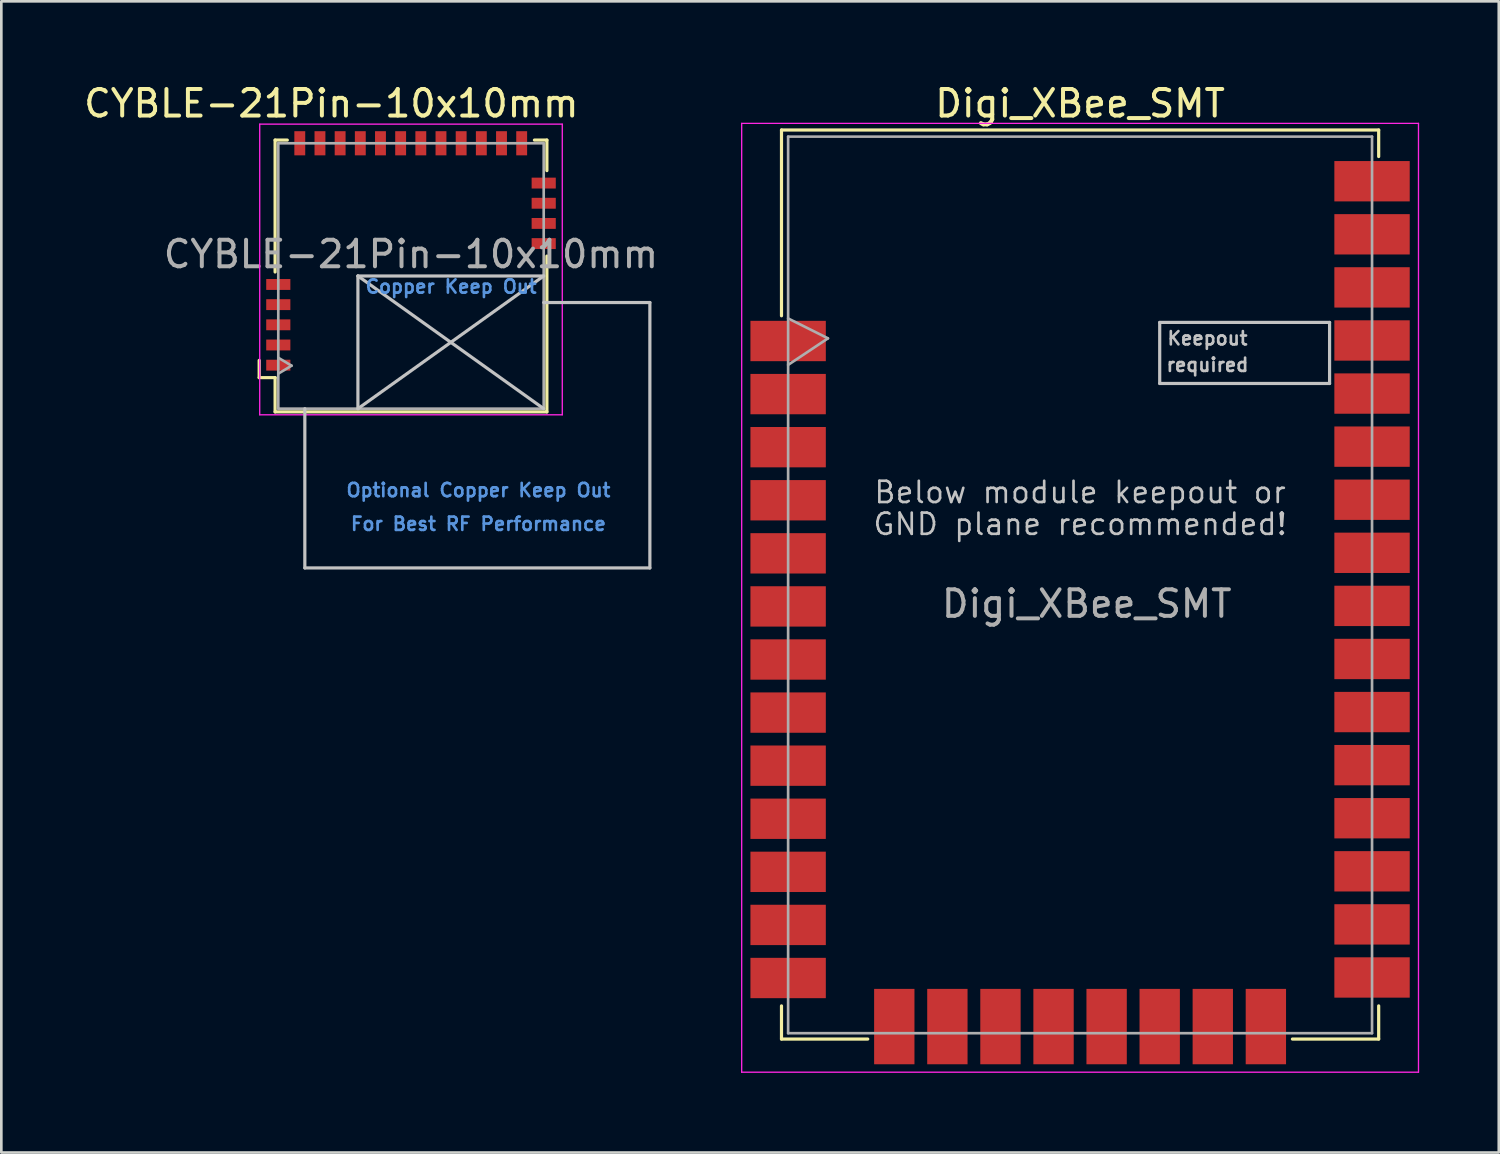
<source format=kicad_pcb>
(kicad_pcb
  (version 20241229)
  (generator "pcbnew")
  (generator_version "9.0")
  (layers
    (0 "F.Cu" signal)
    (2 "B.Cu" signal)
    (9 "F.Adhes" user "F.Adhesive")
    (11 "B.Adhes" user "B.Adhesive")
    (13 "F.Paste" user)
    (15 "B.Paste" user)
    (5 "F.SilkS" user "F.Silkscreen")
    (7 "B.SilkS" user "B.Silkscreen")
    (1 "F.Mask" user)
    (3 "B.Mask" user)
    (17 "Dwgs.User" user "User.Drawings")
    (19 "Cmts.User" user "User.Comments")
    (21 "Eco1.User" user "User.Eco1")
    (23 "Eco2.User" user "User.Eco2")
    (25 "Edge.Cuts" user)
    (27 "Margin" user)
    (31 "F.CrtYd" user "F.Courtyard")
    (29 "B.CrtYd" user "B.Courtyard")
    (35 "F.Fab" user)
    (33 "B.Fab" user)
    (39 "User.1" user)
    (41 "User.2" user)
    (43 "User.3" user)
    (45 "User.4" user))
  (footprint "Digi_XBee_SMT"
    (layer "F.Cu")
    (at 37.644 19.698)
    (property "Reference" "Digi_XBee_SMT" (at 0 -18.85 0) (layer "F.SilkS") (effects (font (size 1 1) (thickness 0.15))))
    (attr smd)
    (fp_line (start -11.25 -17.85) (end 11.25 -17.85) (stroke (width 0.12) (type solid)) (layer "F.SilkS"))
    (fp_line (start -11.25 -10.85) (end -11.25 -17.85) (stroke (width 0.12) (type solid)) (layer "F.SilkS"))
    (fp_line (start -11.25 15.15) (end -11.25 16.4) (stroke (width 0.12) (type solid)) (layer "F.SilkS"))
    (fp_line (start -11.25 16.4) (end -8 16.4) (stroke (width 0.12) (type solid)) (layer "F.SilkS"))
    (fp_line (start 8 16.4) (end 11.25 16.4) (stroke (width 0.12) (type solid)) (layer "F.SilkS"))
    (fp_line (start 11.25 -17.85) (end 11.25 -16.85) (stroke (width 0.12) (type solid)) (layer "F.SilkS"))
    (fp_line (start 11.25 16.4) (end 11.25 15.15) (stroke (width 0.12) (type solid)) (layer "F.SilkS"))
    (fp_line (start 3 -10.6) (end 3 -8.3) (stroke (width 0.12) (type solid)) (layer "Dwgs.User"))
    (fp_line (start 3 -8.3) (end 9.4 -8.3) (stroke (width 0.12) (type solid)) (layer "Dwgs.User"))
    (fp_line (start 9.4 -10.6) (end 3 -10.6) (stroke (width 0.12) (type solid)) (layer "Dwgs.User"))
    (fp_line (start 9.4 -8.3) (end 9.4 -10.6) (stroke (width 0.12) (type solid)) (layer "Dwgs.User"))
    (fp_line (start -12.75 -18.1) (end 12.75 -18.1) (stroke (width 0.05) (type solid)) (layer "F.CrtYd"))
    (fp_line (start -12.75 17.65) (end -12.75 -18.1) (stroke (width 0.05) (type solid)) (layer "F.CrtYd"))
    (fp_line (start 12.75 -18.1) (end 12.75 17.65) (stroke (width 0.05) (type solid)) (layer "F.CrtYd"))
    (fp_line (start 12.75 17.65) (end -12.75 17.65) (stroke (width 0.05) (type solid)) (layer "F.CrtYd"))
    (fp_line (start -11 -17.6) (end -11 16.18) (stroke (width 0.1) (type solid)) (layer "F.Fab"))
    (fp_line (start -11 -10.75) (end -9.5 -10) (stroke (width 0.1) (type solid)) (layer "F.Fab"))
    (fp_line (start -11 16.18) (end 11 16.18) (stroke (width 0.1) (type solid)) (layer "F.Fab"))
    (fp_line (start -9.5 -10) (end -11 -9) (stroke (width 0.1) (type solid)) (layer "F.Fab"))
    (fp_line (start 11 -17.6) (end -11 -17.6) (stroke (width 0.1) (type solid)) (layer "F.Fab"))
    (fp_line (start 11 16.18) (end 11 -17.6) (stroke (width 0.1) (type solid)) (layer "F.Fab"))
    (fp_text user "Below module keepout or" (at 0 -4.2 0) (layer "Dwgs.User") (effects (font (size 0.8 0.8) (thickness 0.1))))
    (fp_text user "GND plane recommended!" (at 0 -3 0) (layer "Dwgs.User") (effects (font (size 0.8 0.8) (thickness 0.1))))
    (fp_text user "required" (at 4.8 -9 0) (layer "Dwgs.User") (effects (font (size 0.5 0.5) (thickness 0.1))))
    (fp_text user "Keepout" (at 4.8 -10 0) (layer "Dwgs.User") (effects (font (size 0.5 0.5) (thickness 0.1))))
    (fp_text user "${REFERENCE}" (at 0.25 0 0) (layer "F.Fab") (effects (font (size 1 1) (thickness 0.15))))
    (pad "1" smd rect (at -11 -9.9) (size 2.84 1.52) (layers "F.Cu" "F.Mask" "F.Paste"))
    (pad "2" smd rect (at -11 -7.9) (size 2.84 1.52) (layers "F.Cu" "F.Mask" "F.Paste"))
    (pad "3" smd rect (at -11 -5.9) (size 2.84 1.52) (layers "F.Cu" "F.Mask" "F.Paste"))
    (pad "4" smd rect (at -11 -3.9) (size 2.84 1.52) (layers "F.Cu" "F.Mask" "F.Paste"))
    (pad "5" smd rect (at -11 -1.9) (size 2.84 1.52) (layers "F.Cu" "F.Mask" "F.Paste"))
    (pad "6" smd rect (at -11 0.1) (size 2.84 1.52) (layers "F.Cu" "F.Mask" "F.Paste"))
    (pad "7" smd rect (at -11 2.1) (size 2.84 1.52) (layers "F.Cu" "F.Mask" "F.Paste"))
    (pad "8" smd rect (at -11 4.1) (size 2.84 1.52) (layers "F.Cu" "F.Mask" "F.Paste"))
    (pad "9" smd rect (at -11 6.1) (size 2.84 1.52) (layers "F.Cu" "F.Mask" "F.Paste"))
    (pad "10" smd rect (at -11 8.1) (size 2.84 1.52) (layers "F.Cu" "F.Mask" "F.Paste"))
    (pad "11" smd rect (at -11 10.1) (size 2.84 1.52) (layers "F.Cu" "F.Mask" "F.Paste"))
    (pad "12" smd rect (at -11 12.1) (size 2.84 1.52) (layers "F.Cu" "F.Mask" "F.Paste"))
    (pad "13" smd rect (at -11 14.1) (size 2.84 1.52) (layers "F.Cu" "F.Mask" "F.Paste"))
    (pad "14" smd rect (at -7 15.93 90) (size 2.84 1.52) (layers "F.Cu" "F.Mask" "F.Paste"))
    (pad "15" smd rect (at -5 15.93 90) (size 2.84 1.52) (layers "F.Cu" "F.Mask" "F.Paste"))
    (pad "16" smd rect (at -3 15.93 90) (size 2.84 1.52) (layers "F.Cu" "F.Mask" "F.Paste"))
    (pad "17" smd rect (at -1 15.93 90) (size 2.84 1.52) (layers "F.Cu" "F.Mask" "F.Paste"))
    (pad "18" smd rect (at 1 15.93 90) (size 2.84 1.52) (layers "F.Cu" "F.Mask" "F.Paste"))
    (pad "19" smd rect (at 3 15.93 90) (size 2.84 1.52) (layers "F.Cu" "F.Mask" "F.Paste"))
    (pad "20" smd rect (at 5 15.93 90) (size 2.84 1.52) (layers "F.Cu" "F.Mask" "F.Paste"))
    (pad "21" smd rect (at 7 15.93 90) (size 2.84 1.52) (layers "F.Cu" "F.Mask" "F.Paste"))
    (pad "22" smd rect (at 11 14.08) (size 2.84 1.52) (layers "F.Cu" "F.Mask" "F.Paste"))
    (pad "23" smd rect (at 11 12.08) (size 2.84 1.52) (layers "F.Cu" "F.Mask" "F.Paste"))
    (pad "24" smd rect (at 11 10.08) (size 2.84 1.52) (layers "F.Cu" "F.Mask" "F.Paste"))
    (pad "25" smd rect (at 11 8.08) (size 2.84 1.52) (layers "F.Cu" "F.Mask" "F.Paste"))
    (pad "26" smd rect (at 11 6.08) (size 2.84 1.52) (layers "F.Cu" "F.Mask" "F.Paste"))
    (pad "27" smd rect (at 11 4.08) (size 2.84 1.52) (layers "F.Cu" "F.Mask" "F.Paste"))
    (pad "28" smd rect (at 11 2.08) (size 2.84 1.52) (layers "F.Cu" "F.Mask" "F.Paste"))
    (pad "29" smd rect (at 11 0.08) (size 2.84 1.52) (layers "F.Cu" "F.Mask" "F.Paste"))
    (pad "30" smd rect (at 11 -1.92) (size 2.84 1.52) (layers "F.Cu" "F.Mask" "F.Paste"))
    (pad "31" smd rect (at 11 -3.92) (size 2.84 1.52) (layers "F.Cu" "F.Mask" "F.Paste"))
    (pad "32" smd rect (at 11 -5.92) (size 2.84 1.52) (layers "F.Cu" "F.Mask" "F.Paste"))
    (pad "33" smd rect (at 11 -7.92) (size 2.84 1.52) (layers "F.Cu" "F.Mask" "F.Paste"))
    (pad "34" smd rect (at 11 -9.92) (size 2.84 1.52) (layers "F.Cu" "F.Mask" "F.Paste"))
    (pad "35" smd rect (at 11 -11.92) (size 2.84 1.52) (layers "F.Cu" "F.Mask" "F.Paste"))
    (pad "36" smd rect (at 11 -13.92) (size 2.84 1.52) (layers "F.Cu" "F.Mask" "F.Paste"))
    (pad "37" smd rect (at 11 -15.92) (size 2.84 1.52) (layers "F.Cu" "F.Mask" "F.Paste")))
  (footprint "CYBLE-21Pin-10x10mm"
    (layer "F.Cu")
    (at 12.435 6.528)
    (property "Reference" "CYBLE-21Pin-10x10mm" (at -3 -5.68 0) (layer "F.SilkS") (effects (font (size 1 1) (thickness 0.15))))
    (attr smd)
    (fp_line (start -5.72 4.65) (end -5.72 4) (stroke (width 0.12) (type solid)) (layer "F.SilkS"))
    (fp_line (start -5.12 -4.3) (end -5.12 0.67) (stroke (width 0.12) (type solid)) (layer "F.SilkS"))
    (fp_line (start -5.12 4.65) (end -5.72 4.65) (stroke (width 0.12) (type solid)) (layer "F.SilkS"))
    (fp_line (start -5.12 4.65) (end -5.12 5.94) (stroke (width 0.12) (type solid)) (layer "F.SilkS"))
    (fp_line (start -5.12 5.94) (end 5.12 5.94) (stroke (width 0.12) (type solid)) (layer "F.SilkS"))
    (fp_line (start -4.66 -4.3) (end -5.12 -4.3) (stroke (width 0.12) (type solid)) (layer "F.SilkS"))
    (fp_line (start 5.12 -4.3) (end 4.65 -4.3) (stroke (width 0.12) (type solid)) (layer "F.SilkS"))
    (fp_line (start 5.12 -4.3) (end 5.12 -3.15) (stroke (width 0.12) (type solid)) (layer "F.SilkS"))
    (fp_line (start 5.12 5.94) (end 5.12 0.07) (stroke (width 0.12) (type solid)) (layer "F.SilkS"))
    (fp_line (start -4 11.82) (end -4 5.82) (stroke (width 0.12) (type solid)) (layer "Dwgs.User"))
    (fp_line (start -2 0.82) (end -2 5.82) (stroke (width 0.12) (type solid)) (layer "Dwgs.User"))
    (fp_line (start -2 0.82) (end 5 5.82) (stroke (width 0.12) (type solid)) (layer "Dwgs.User"))
    (fp_line (start 5 0.82) (end -2 0.82) (stroke (width 0.12) (type solid)) (layer "Dwgs.User"))
    (fp_line (start 5 0.82) (end -2 5.82) (stroke (width 0.12) (type solid)) (layer "Dwgs.User"))
    (fp_line (start 5 1.82) (end 9 1.82) (stroke (width 0.12) (type solid)) (layer "Dwgs.User"))
    (fp_line (start 9 1.82) (end 9 11.82) (stroke (width 0.12) (type solid)) (layer "Dwgs.User"))
    (fp_line (start 9 11.82) (end -4 11.82) (stroke (width 0.12) (type solid)) (layer "Dwgs.User"))
    (fp_line (start -5.7 -4.9) (end -5.7 6.05) (stroke (width 0.05) (type solid)) (layer "F.CrtYd"))
    (fp_line (start -5.7 6.05) (end 5.7 6.05) (stroke (width 0.05) (type solid)) (layer "F.CrtYd"))
    (fp_line (start 5.7 -4.9) (end -5.7 -4.9) (stroke (width 0.05) (type solid)) (layer "F.CrtYd"))
    (fp_line (start 5.7 6.05) (end 5.7 -4.9) (stroke (width 0.05) (type solid)) (layer "F.CrtYd"))
    (fp_line (start -5 -4.18) (end 5 -4.18) (stroke (width 0.1) (type solid)) (layer "F.Fab"))
    (fp_line (start -5 3.9) (end -4.5 4.2) (stroke (width 0.1) (type solid)) (layer "F.Fab"))
    (fp_line (start -5 5.82) (end -5 -4.18) (stroke (width 0.1) (type solid)) (layer "F.Fab"))
    (fp_line (start -4.5 4.2) (end -5 4.5) (stroke (width 0.1) (type solid)) (layer "F.Fab"))
    (fp_line (start 5 -4.18) (end 5 5.82) (stroke (width 0.1) (type solid)) (layer "F.Fab"))
    (fp_line (start 5 5.82) (end -5 5.82) (stroke (width 0.1) (type solid)) (layer "F.Fab"))
    (fp_text user "Optional Copper Keep Out" (at 2.54 8.89 0) (layer "Cmts.User") (effects (font (size 0.5 0.5) (thickness 0.1))))
    (fp_text user "Copper Keep Out" (at 1.51 1.22 0) (layer "Cmts.User") (effects (font (size 0.5 0.5) (thickness 0.1))))
    (fp_text user "For Best RF Performance" (at 2.54 10.16 0) (layer "Cmts.User") (effects (font (size 0.5 0.5) (thickness 0.1))))
    (fp_text user "${REFERENCE}" (at 0 0 0) (layer "F.Fab") (effects (font (size 1 1) (thickness 0.15))))
    (pad "1" smd rect (at -5 4.18) (size 0.91 0.41) (layers "F.Cu" "F.Mask" "F.Paste"))
    (pad "2" smd rect (at -5 3.42) (size 0.91 0.41) (layers "F.Cu" "F.Mask" "F.Paste"))
    (pad "3" smd rect (at -5 2.66) (size 0.91 0.41) (layers "F.Cu" "F.Mask" "F.Paste"))
    (pad "4" smd rect (at -5 1.9) (size 0.91 0.41) (layers "F.Cu" "F.Mask" "F.Paste"))
    (pad "5" smd rect (at -5 1.14) (size 0.91 0.41) (layers "F.Cu" "F.Mask" "F.Paste"))
    (pad "6" smd rect (at -4.19 -4.18) (size 0.41 0.91) (layers "F.Cu" "F.Mask" "F.Paste"))
    (pad "7" smd rect (at -3.43 -4.18) (size 0.41 0.91) (layers "F.Cu" "F.Mask" "F.Paste"))
    (pad "8" smd rect (at -2.67 -4.18) (size 0.41 0.91) (layers "F.Cu" "F.Mask" "F.Paste"))
    (pad "9" smd rect (at -1.91 -4.18) (size 0.41 0.91) (layers "F.Cu" "F.Mask" "F.Paste"))
    (pad "10" smd rect (at -1.15 -4.18) (size 0.41 0.91) (layers "F.Cu" "F.Mask" "F.Paste"))
    (pad "11" smd rect (at -0.39 -4.18) (size 0.41 0.91) (layers "F.Cu" "F.Mask" "F.Paste"))
    (pad "12" smd rect (at 0.37 -4.18) (size 0.41 0.91) (layers "F.Cu" "F.Mask" "F.Paste"))
    (pad "13" smd rect (at 1.13 -4.18) (size 0.41 0.91) (layers "F.Cu" "F.Mask" "F.Paste"))
    (pad "14" smd rect (at 1.89 -4.18) (size 0.41 0.91) (layers "F.Cu" "F.Mask" "F.Paste"))
    (pad "15" smd rect (at 2.65 -4.18) (size 0.41 0.91) (layers "F.Cu" "F.Mask" "F.Paste"))
    (pad "16" smd rect (at 3.41 -4.18) (size 0.41 0.91) (layers "F.Cu" "F.Mask" "F.Paste"))
    (pad "17" smd rect (at 4.17 -4.18) (size 0.41 0.91) (layers "F.Cu" "F.Mask" "F.Paste"))
    (pad "18" smd rect (at 5 -2.68) (size 0.91 0.41) (layers "F.Cu" "F.Mask" "F.Paste"))
    (pad "19" smd rect (at 5 -1.92) (size 0.91 0.41) (layers "F.Cu" "F.Mask" "F.Paste"))
    (pad "20" smd rect (at 5 -1.16) (size 0.91 0.41) (layers "F.Cu" "F.Mask" "F.Paste"))
    (pad "21" smd rect (at 5 -0.4) (size 0.91 0.41) (layers "F.Cu" "F.Mask" "F.Paste")))
  (gr_rect
    (start -3 -3)
    (end 53.419 40.373)
    (stroke (width 0.1) (type default))
    (fill no)
    (layer "Edge.Cuts")))
</source>
